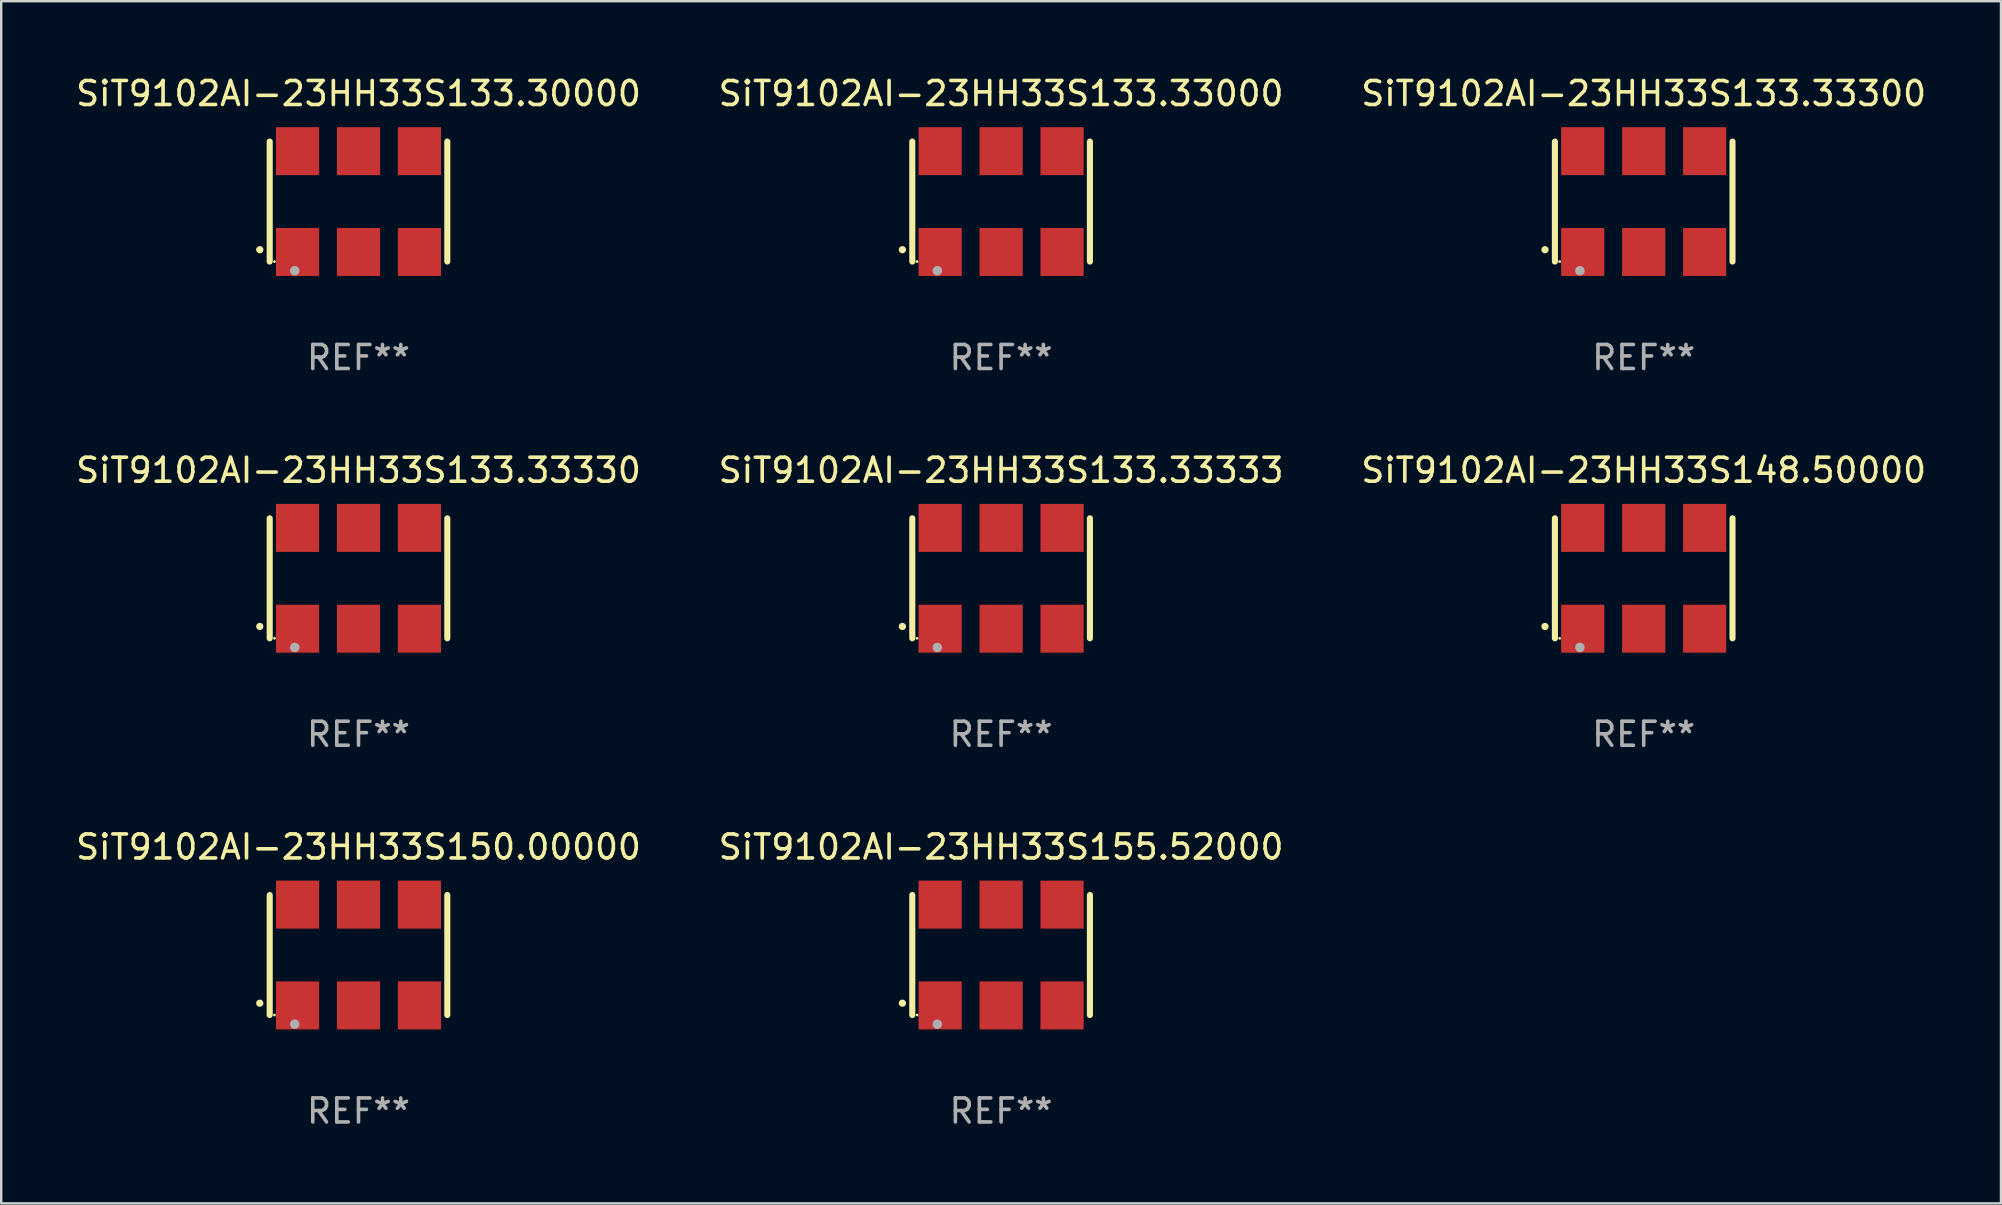
<source format=kicad_pcb>
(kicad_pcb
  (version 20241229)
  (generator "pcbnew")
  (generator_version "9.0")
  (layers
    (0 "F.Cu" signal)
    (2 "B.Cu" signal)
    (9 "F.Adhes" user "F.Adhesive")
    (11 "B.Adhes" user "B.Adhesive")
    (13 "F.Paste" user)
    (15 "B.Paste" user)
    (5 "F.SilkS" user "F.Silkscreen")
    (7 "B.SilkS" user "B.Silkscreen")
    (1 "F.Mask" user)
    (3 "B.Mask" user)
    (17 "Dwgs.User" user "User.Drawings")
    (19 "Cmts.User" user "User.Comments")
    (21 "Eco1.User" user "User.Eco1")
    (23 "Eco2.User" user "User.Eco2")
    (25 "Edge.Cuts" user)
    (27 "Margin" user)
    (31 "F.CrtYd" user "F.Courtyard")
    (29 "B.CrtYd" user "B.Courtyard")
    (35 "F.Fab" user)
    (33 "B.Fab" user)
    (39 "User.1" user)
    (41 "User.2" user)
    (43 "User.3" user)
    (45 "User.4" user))
  (footprint "SiT9102AI-23HH33S133.30000"
    (layer "F.Cu")
    (at 11.887 5.348)
    (property "Reference" "SiT9102AI-23HH33S133.30000" (at 0 -4.5 0) (layer "F.SilkS") (effects (font (size 1 1) (thickness 0.15))))
    (attr through_hole)
    (fp_line (start -3.7 -2.5) (end -3.7 2.5) (stroke (width 0.254) (type solid)) (layer "F.SilkS"))
    (fp_line (start 3.7 -2.5) (end 3.7 2.5) (stroke (width 0.254) (type solid)) (layer "F.SilkS"))
    (fp_arc (start -4.114415 2.006604) (mid -4.113145 2.006599) (end -4.111875 2.006604) (stroke (width 0.3) (type solid)) (layer "F.SilkS"))
    (fp_circle (center -3.502 2.5) (end -3.472 2.5) (stroke (width 0.06) (type solid)) (fill no) (layer "F.SilkS"))
    (fp_circle (center -2.657 2.882) (end -2.557 2.882) (stroke (width 0.2) (type solid)) (fill no) (layer "F.Fab"))
    (fp_text user "REF**" (at 0 6.5 0) (layer "F.Fab") (effects (font (size 1 1) (thickness 0.15))))
    (pad "1" smd rect (at -2.54 2.1) (size 1.8 2) (layers "F.Cu" "F.Mask" "F.Paste"))
    (pad "2" smd rect (at 0.000394 2.1) (size 1.8 2) (layers "F.Cu" "F.Mask" "F.Paste"))
    (pad "3" smd rect (at 2.54 2.1) (size 1.8 2) (layers "F.Cu" "F.Mask" "F.Paste"))
    (pad "4" smd rect (at 2.54 -2.1) (size 1.8 2) (layers "F.Cu" "F.Mask" "F.Paste"))
    (pad "5" smd rect (at 0.000394 -2.1) (size 1.8 2) (layers "F.Cu" "F.Mask" "F.Paste"))
    (pad "6" smd rect (at -2.54 -2.1) (size 1.8 2) (layers "F.Cu" "F.Mask" "F.Paste")))
  (footprint "SiT9102AI-23HH33S133.33330"
    (layer "F.Cu")
    (at 11.887 21.045)
    (property "Reference" "SiT9102AI-23HH33S133.33330" (at 0 -4.5 0) (layer "F.SilkS") (effects (font (size 1 1) (thickness 0.15))))
    (attr through_hole)
    (fp_line (start -3.7 -2.5) (end -3.7 2.5) (stroke (width 0.254) (type solid)) (layer "F.SilkS"))
    (fp_line (start 3.7 -2.5) (end 3.7 2.5) (stroke (width 0.254) (type solid)) (layer "F.SilkS"))
    (fp_arc (start -4.114415 2.006604) (mid -4.113145 2.006599) (end -4.111875 2.006604) (stroke (width 0.3) (type solid)) (layer "F.SilkS"))
    (fp_circle (center -3.502 2.5) (end -3.472 2.5) (stroke (width 0.06) (type solid)) (fill no) (layer "F.SilkS"))
    (fp_circle (center -2.657 2.882) (end -2.557 2.882) (stroke (width 0.2) (type solid)) (fill no) (layer "F.Fab"))
    (fp_text user "REF**" (at 0 6.5 0) (layer "F.Fab") (effects (font (size 1 1) (thickness 0.15))))
    (pad "1" smd rect (at -2.54 2.1) (size 1.8 2) (layers "F.Cu" "F.Mask" "F.Paste"))
    (pad "2" smd rect (at 0.000394 2.1) (size 1.8 2) (layers "F.Cu" "F.Mask" "F.Paste"))
    (pad "3" smd rect (at 2.54 2.1) (size 1.8 2) (layers "F.Cu" "F.Mask" "F.Paste"))
    (pad "4" smd rect (at 2.54 -2.1) (size 1.8 2) (layers "F.Cu" "F.Mask" "F.Paste"))
    (pad "5" smd rect (at 0.000394 -2.1) (size 1.8 2) (layers "F.Cu" "F.Mask" "F.Paste"))
    (pad "6" smd rect (at -2.54 -2.1) (size 1.8 2) (layers "F.Cu" "F.Mask" "F.Paste")))
  (footprint "SiT9102AI-23HH33S148.50000"
    (layer "F.Cu")
    (at 65.435 21.045)
    (property "Reference" "SiT9102AI-23HH33S148.50000" (at 0 -4.5 0) (layer "F.SilkS") (effects (font (size 1 1) (thickness 0.15))))
    (attr through_hole)
    (fp_line (start -3.7 -2.5) (end -3.7 2.5) (stroke (width 0.254) (type solid)) (layer "F.SilkS"))
    (fp_line (start 3.7 -2.5) (end 3.7 2.5) (stroke (width 0.254) (type solid)) (layer "F.SilkS"))
    (fp_arc (start -4.114415 2.006604) (mid -4.113145 2.006599) (end -4.111875 2.006604) (stroke (width 0.3) (type solid)) (layer "F.SilkS"))
    (fp_circle (center -3.502 2.5) (end -3.472 2.5) (stroke (width 0.06) (type solid)) (fill no) (layer "F.SilkS"))
    (fp_circle (center -2.657 2.882) (end -2.557 2.882) (stroke (width 0.2) (type solid)) (fill no) (layer "F.Fab"))
    (fp_text user "REF**" (at 0 6.5 0) (layer "F.Fab") (effects (font (size 1 1) (thickness 0.15))))
    (pad "1" smd rect (at -2.54 2.1) (size 1.8 2) (layers "F.Cu" "F.Mask" "F.Paste"))
    (pad "2" smd rect (at 0.000394 2.1) (size 1.8 2) (layers "F.Cu" "F.Mask" "F.Paste"))
    (pad "3" smd rect (at 2.54 2.1) (size 1.8 2) (layers "F.Cu" "F.Mask" "F.Paste"))
    (pad "4" smd rect (at 2.54 -2.1) (size 1.8 2) (layers "F.Cu" "F.Mask" "F.Paste"))
    (pad "5" smd rect (at 0.000394 -2.1) (size 1.8 2) (layers "F.Cu" "F.Mask" "F.Paste"))
    (pad "6" smd rect (at -2.54 -2.1) (size 1.8 2) (layers "F.Cu" "F.Mask" "F.Paste")))
  (footprint "SiT9102AI-23HH33S133.33000"
    (layer "F.Cu")
    (at 38.661 5.348)
    (property "Reference" "SiT9102AI-23HH33S133.33000" (at 0 -4.5 0) (layer "F.SilkS") (effects (font (size 1 1) (thickness 0.15))))
    (attr through_hole)
    (fp_line (start -3.7 -2.5) (end -3.7 2.5) (stroke (width 0.254) (type solid)) (layer "F.SilkS"))
    (fp_line (start 3.7 -2.5) (end 3.7 2.5) (stroke (width 0.254) (type solid)) (layer "F.SilkS"))
    (fp_arc (start -4.114415 2.006604) (mid -4.113145 2.006599) (end -4.111875 2.006604) (stroke (width 0.3) (type solid)) (layer "F.SilkS"))
    (fp_circle (center -3.502 2.5) (end -3.472 2.5) (stroke (width 0.06) (type solid)) (fill no) (layer "F.SilkS"))
    (fp_circle (center -2.657 2.882) (end -2.557 2.882) (stroke (width 0.2) (type solid)) (fill no) (layer "F.Fab"))
    (fp_text user "REF**" (at 0 6.5 0) (layer "F.Fab") (effects (font (size 1 1) (thickness 0.15))))
    (pad "1" smd rect (at -2.54 2.1) (size 1.8 2) (layers "F.Cu" "F.Mask" "F.Paste"))
    (pad "2" smd rect (at 0.000394 2.1) (size 1.8 2) (layers "F.Cu" "F.Mask" "F.Paste"))
    (pad "3" smd rect (at 2.54 2.1) (size 1.8 2) (layers "F.Cu" "F.Mask" "F.Paste"))
    (pad "4" smd rect (at 2.54 -2.1) (size 1.8 2) (layers "F.Cu" "F.Mask" "F.Paste"))
    (pad "5" smd rect (at 0.000394 -2.1) (size 1.8 2) (layers "F.Cu" "F.Mask" "F.Paste"))
    (pad "6" smd rect (at -2.54 -2.1) (size 1.8 2) (layers "F.Cu" "F.Mask" "F.Paste")))
  (footprint "SiT9102AI-23HH33S155.52000"
    (layer "F.Cu")
    (at 38.661 36.741)
    (property "Reference" "SiT9102AI-23HH33S155.52000" (at 0 -4.5 0) (layer "F.SilkS") (effects (font (size 1 1) (thickness 0.15))))
    (attr through_hole)
    (fp_line (start -3.7 -2.5) (end -3.7 2.5) (stroke (width 0.254) (type solid)) (layer "F.SilkS"))
    (fp_line (start 3.7 -2.5) (end 3.7 2.5) (stroke (width 0.254) (type solid)) (layer "F.SilkS"))
    (fp_arc (start -4.114415 2.006604) (mid -4.113145 2.006599) (end -4.111875 2.006604) (stroke (width 0.3) (type solid)) (layer "F.SilkS"))
    (fp_circle (center -3.502 2.5) (end -3.472 2.5) (stroke (width 0.06) (type solid)) (fill no) (layer "F.SilkS"))
    (fp_circle (center -2.657 2.882) (end -2.557 2.882) (stroke (width 0.2) (type solid)) (fill no) (layer "F.Fab"))
    (fp_text user "REF**" (at 0 6.5 0) (layer "F.Fab") (effects (font (size 1 1) (thickness 0.15))))
    (pad "1" smd rect (at -2.54 2.1) (size 1.8 2) (layers "F.Cu" "F.Mask" "F.Paste"))
    (pad "2" smd rect (at 0.000394 2.1) (size 1.8 2) (layers "F.Cu" "F.Mask" "F.Paste"))
    (pad "3" smd rect (at 2.54 2.1) (size 1.8 2) (layers "F.Cu" "F.Mask" "F.Paste"))
    (pad "4" smd rect (at 2.54 -2.1) (size 1.8 2) (layers "F.Cu" "F.Mask" "F.Paste"))
    (pad "5" smd rect (at 0.000394 -2.1) (size 1.8 2) (layers "F.Cu" "F.Mask" "F.Paste"))
    (pad "6" smd rect (at -2.54 -2.1) (size 1.8 2) (layers "F.Cu" "F.Mask" "F.Paste")))
  (footprint "SiT9102AI-23HH33S133.33300"
    (layer "F.Cu")
    (at 65.435 5.348)
    (property "Reference" "SiT9102AI-23HH33S133.33300" (at 0 -4.5 0) (layer "F.SilkS") (effects (font (size 1 1) (thickness 0.15))))
    (attr through_hole)
    (fp_line (start -3.7 -2.5) (end -3.7 2.5) (stroke (width 0.254) (type solid)) (layer "F.SilkS"))
    (fp_line (start 3.7 -2.5) (end 3.7 2.5) (stroke (width 0.254) (type solid)) (layer "F.SilkS"))
    (fp_arc (start -4.114415 2.006604) (mid -4.113145 2.006599) (end -4.111875 2.006604) (stroke (width 0.3) (type solid)) (layer "F.SilkS"))
    (fp_circle (center -3.502 2.5) (end -3.472 2.5) (stroke (width 0.06) (type solid)) (fill no) (layer "F.SilkS"))
    (fp_circle (center -2.657 2.882) (end -2.557 2.882) (stroke (width 0.2) (type solid)) (fill no) (layer "F.Fab"))
    (fp_text user "REF**" (at 0 6.5 0) (layer "F.Fab") (effects (font (size 1 1) (thickness 0.15))))
    (pad "1" smd rect (at -2.54 2.1) (size 1.8 2) (layers "F.Cu" "F.Mask" "F.Paste"))
    (pad "2" smd rect (at 0.000394 2.1) (size 1.8 2) (layers "F.Cu" "F.Mask" "F.Paste"))
    (pad "3" smd rect (at 2.54 2.1) (size 1.8 2) (layers "F.Cu" "F.Mask" "F.Paste"))
    (pad "4" smd rect (at 2.54 -2.1) (size 1.8 2) (layers "F.Cu" "F.Mask" "F.Paste"))
    (pad "5" smd rect (at 0.000394 -2.1) (size 1.8 2) (layers "F.Cu" "F.Mask" "F.Paste"))
    (pad "6" smd rect (at -2.54 -2.1) (size 1.8 2) (layers "F.Cu" "F.Mask" "F.Paste")))
  (footprint "SiT9102AI-23HH33S150.00000"
    (layer "F.Cu")
    (at 11.887 36.741)
    (property "Reference" "SiT9102AI-23HH33S150.00000" (at 0 -4.5 0) (layer "F.SilkS") (effects (font (size 1 1) (thickness 0.15))))
    (attr through_hole)
    (fp_line (start -3.7 -2.5) (end -3.7 2.5) (stroke (width 0.254) (type solid)) (layer "F.SilkS"))
    (fp_line (start 3.7 -2.5) (end 3.7 2.5) (stroke (width 0.254) (type solid)) (layer "F.SilkS"))
    (fp_arc (start -4.114415 2.006604) (mid -4.113145 2.006599) (end -4.111875 2.006604) (stroke (width 0.3) (type solid)) (layer "F.SilkS"))
    (fp_circle (center -3.502 2.5) (end -3.472 2.5) (stroke (width 0.06) (type solid)) (fill no) (layer "F.SilkS"))
    (fp_circle (center -2.657 2.882) (end -2.557 2.882) (stroke (width 0.2) (type solid)) (fill no) (layer "F.Fab"))
    (fp_text user "REF**" (at 0 6.5 0) (layer "F.Fab") (effects (font (size 1 1) (thickness 0.15))))
    (pad "1" smd rect (at -2.54 2.1) (size 1.8 2) (layers "F.Cu" "F.Mask" "F.Paste"))
    (pad "2" smd rect (at 0.000394 2.1) (size 1.8 2) (layers "F.Cu" "F.Mask" "F.Paste"))
    (pad "3" smd rect (at 2.54 2.1) (size 1.8 2) (layers "F.Cu" "F.Mask" "F.Paste"))
    (pad "4" smd rect (at 2.54 -2.1) (size 1.8 2) (layers "F.Cu" "F.Mask" "F.Paste"))
    (pad "5" smd rect (at 0.000394 -2.1) (size 1.8 2) (layers "F.Cu" "F.Mask" "F.Paste"))
    (pad "6" smd rect (at -2.54 -2.1) (size 1.8 2) (layers "F.Cu" "F.Mask" "F.Paste")))
  (footprint "SiT9102AI-23HH33S133.33333"
    (layer "F.Cu")
    (at 38.661 21.045)
    (property "Reference" "SiT9102AI-23HH33S133.33333" (at 0 -4.5 0) (layer "F.SilkS") (effects (font (size 1 1) (thickness 0.15))))
    (attr through_hole)
    (fp_line (start -3.7 -2.5) (end -3.7 2.5) (stroke (width 0.254) (type solid)) (layer "F.SilkS"))
    (fp_line (start 3.7 -2.5) (end 3.7 2.5) (stroke (width 0.254) (type solid)) (layer "F.SilkS"))
    (fp_arc (start -4.114415 2.006604) (mid -4.113145 2.006599) (end -4.111875 2.006604) (stroke (width 0.3) (type solid)) (layer "F.SilkS"))
    (fp_circle (center -3.502 2.5) (end -3.472 2.5) (stroke (width 0.06) (type solid)) (fill no) (layer "F.SilkS"))
    (fp_circle (center -2.657 2.882) (end -2.557 2.882) (stroke (width 0.2) (type solid)) (fill no) (layer "F.Fab"))
    (fp_text user "REF**" (at 0 6.5 0) (layer "F.Fab") (effects (font (size 1 1) (thickness 0.15))))
    (pad "1" smd rect (at -2.54 2.1) (size 1.8 2) (layers "F.Cu" "F.Mask" "F.Paste"))
    (pad "2" smd rect (at 0.000394 2.1) (size 1.8 2) (layers "F.Cu" "F.Mask" "F.Paste"))
    (pad "3" smd rect (at 2.54 2.1) (size 1.8 2) (layers "F.Cu" "F.Mask" "F.Paste"))
    (pad "4" smd rect (at 2.54 -2.1) (size 1.8 2) (layers "F.Cu" "F.Mask" "F.Paste"))
    (pad "5" smd rect (at 0.000394 -2.1) (size 1.8 2) (layers "F.Cu" "F.Mask" "F.Paste"))
    (pad "6" smd rect (at -2.54 -2.1) (size 1.8 2) (layers "F.Cu" "F.Mask" "F.Paste")))
  (gr_rect
    (start -3 -3)
    (end 80.321 47.09)
    (stroke (width 0.1) (type default))
    (fill no)
    (layer "Edge.Cuts")))
</source>
